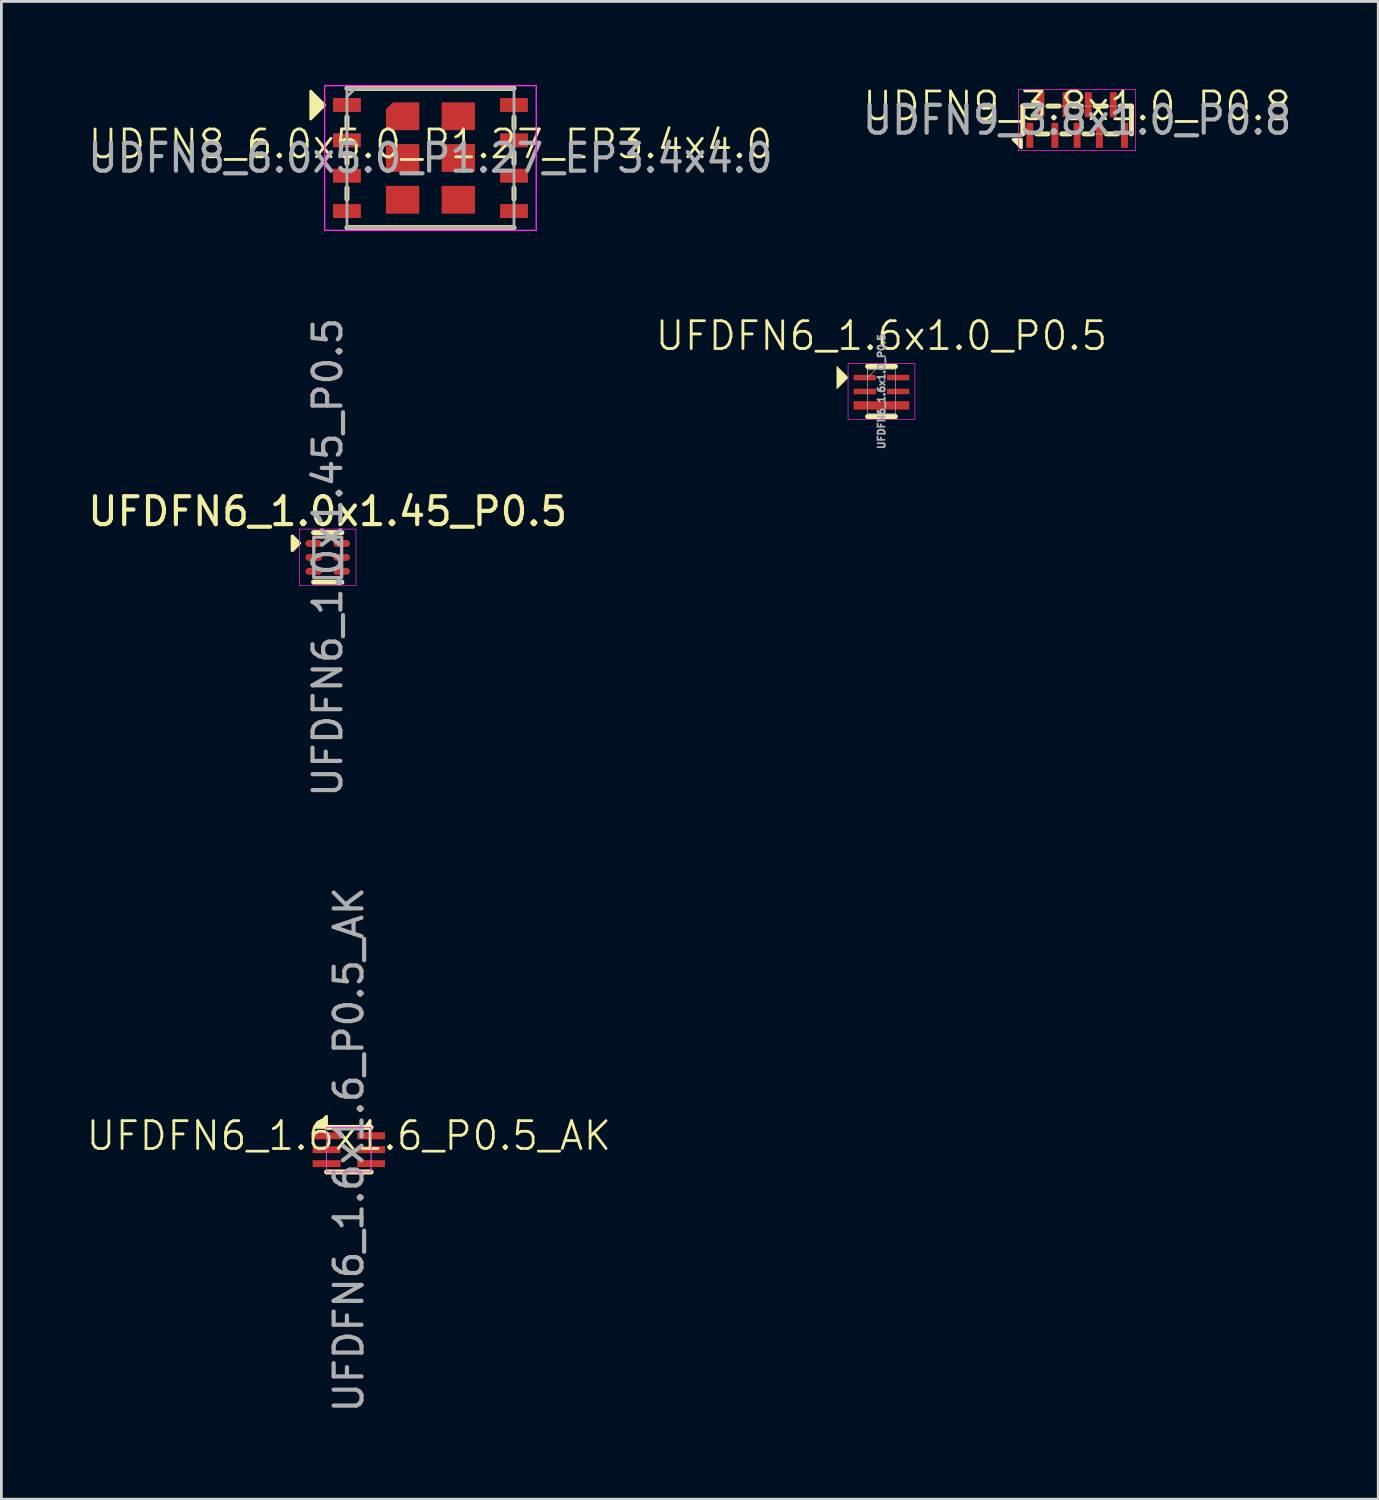
<source format=kicad_pcb>
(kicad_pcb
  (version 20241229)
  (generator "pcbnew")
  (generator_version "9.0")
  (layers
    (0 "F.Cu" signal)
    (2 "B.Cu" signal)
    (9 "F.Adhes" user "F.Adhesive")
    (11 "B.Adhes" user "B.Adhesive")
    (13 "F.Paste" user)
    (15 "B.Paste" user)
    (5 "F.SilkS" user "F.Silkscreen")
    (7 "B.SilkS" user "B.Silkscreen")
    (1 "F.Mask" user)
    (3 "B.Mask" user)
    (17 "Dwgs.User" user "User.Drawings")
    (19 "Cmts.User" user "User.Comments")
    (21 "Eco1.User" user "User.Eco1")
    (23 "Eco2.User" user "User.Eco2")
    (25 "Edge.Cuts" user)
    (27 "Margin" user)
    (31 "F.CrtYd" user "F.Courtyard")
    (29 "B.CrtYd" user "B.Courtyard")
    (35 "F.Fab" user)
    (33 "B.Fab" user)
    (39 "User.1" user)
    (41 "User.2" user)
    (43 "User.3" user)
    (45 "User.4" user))
  (footprint "UDFN8_6.0x5.0_P1.27_EP3.4x4.0"
    (layer "F.Cu")
    (at 12.411 2.625)
    (property "Reference" "UDFN8_6.0x5.0_P1.27_EP3.4x4.0" (at 0 -0.5 0) (unlocked yes) (layer "F.SilkS") (effects (font (size 1 1) (thickness 0.1))))
    (attr smd)
    (fp_line (start -3 -2.5) (end 3 -2.5) (stroke (width 0.178) (type default)) (layer "F.SilkS"))
    (fp_line (start -3 -1.475) (end -3 -1.075) (stroke (width 0.178) (type default)) (layer "F.SilkS"))
    (fp_line (start -3 -0.2) (end -3 0.2) (stroke (width 0.178) (type default)) (layer "F.SilkS"))
    (fp_line (start -3 1.075) (end -3 1.475) (stroke (width 0.178) (type default)) (layer "F.SilkS"))
    (fp_line (start -3 2.5) (end 3 2.5) (stroke (width 0.178) (type default)) (layer "F.SilkS"))
    (fp_line (start 3 -1.475) (end 3 -1.075) (stroke (width 0.178) (type default)) (layer "F.SilkS"))
    (fp_line (start 3 -0.2) (end 3 0.2) (stroke (width 0.178) (type default)) (layer "F.SilkS"))
    (fp_line (start 3 1.075) (end 3 1.475) (stroke (width 0.178) (type default)) (layer "F.SilkS"))
    (fp_poly (pts (xy -3.8 -1.9) (xy -4.3 -2.4) (xy -4.3 -1.4)) (stroke (width 0.1) (type solid)) (fill yes) (layer "F.SilkS"))
    (fp_rect (start -3.8 2.6) (end 3.8 -2.6) (stroke (width 0.05) (type default)) (fill no) (layer "F.CrtYd"))
    (fp_line (start -3 -2.2) (end -2.7 -2.5) (stroke (width 0.1) (type default)) (layer "F.Fab"))
    (fp_rect (start -3 -2.5) (end 3 2.5) (stroke (width 0.1) (type default)) (fill no) (layer "F.Fab"))
    (fp_text user "${REFERENCE}" (at 0 0 0) (unlocked yes) (layer "F.Fab") (effects (font (size 1 1) (thickness 0.15))))
    (pad "1" smd rect (at -3 -1.905) (size 1 0.5) (layers "F.Cu" "F.Mask" "F.Paste"))
    (pad "2" smd rect (at -3 -0.635) (size 1 0.5) (layers "F.Cu" "F.Mask" "F.Paste"))
    (pad "3" smd rect (at -3 0.635) (size 1 0.5) (layers "F.Cu" "F.Mask" "F.Paste"))
    (pad "4" smd rect (at -3 1.905) (size 1 0.5) (layers "F.Cu" "F.Mask" "F.Paste"))
    (pad "5" smd rect (at 3 1.905) (size 1 0.5) (layers "F.Cu" "F.Mask" "F.Paste"))
    (pad "6" smd rect (at 3 0.635) (size 1 0.5) (layers "F.Cu" "F.Mask" "F.Paste"))
    (pad "7" smd rect (at 3 -0.635) (size 1 0.5) (layers "F.Cu" "F.Mask" "F.Paste"))
    (pad "8" smd rect (at 3 -1.905) (size 1 0.5) (layers "F.Cu" "F.Mask" "F.Paste"))
    (pad "9" smd roundrect (at -1 -1.5) (size 1.2 1) (layers "F.Cu" "F.Mask" "F.Paste") (roundrect_rratio 0) (chamfer_ratio 0.25) (chamfer top_left))
    (pad "9" smd rect (at -1 0) (size 1.2 1) (layers "F.Cu" "F.Mask" "F.Paste"))
    (pad "9" smd rect (at -1 1.5) (size 1.2 1) (layers "F.Cu" "F.Mask" "F.Paste"))
    (pad "9" smd rect (at 1 -1.5) (size 1.2 1) (layers "F.Cu" "F.Mask" "F.Paste"))
    (pad "9" smd rect (at 1 0) (size 1.2 1) (layers "F.Cu" "F.Mask" "F.Paste"))
    (pad "9" smd rect (at 1 1.5) (size 1.2 1) (layers "F.Cu" "F.Mask" "F.Paste")))
  (footprint "UFDFN6_1.0x1.45_P0.5"
    (layer "F.Cu")
    (at 8.72 16.97)
    (property "Reference" "UFDFN6_1.0x1.45_P0.5" (at 0 -1.651 0) (unlocked yes) (layer "F.SilkS") (effects (font (size 1 1) (thickness 0.15))))
    (attr smd)
    (fp_line (start -0.508 -0.889) (end 0.508 -0.889) (stroke (width 0.178) (type solid)) (layer "F.SilkS"))
    (fp_line (start -0.508 0.889) (end 0.508 0.889) (stroke (width 0.178) (type solid)) (layer "F.SilkS"))
    (fp_poly (pts (xy -1.016 -0.508) (xy -1.27 -0.254) (xy -1.27 -0.762)) (stroke (width 0.12) (type solid)) (fill yes) (layer "F.SilkS"))
    (fp_rect (start -1.016 -1.016) (end 1.016 1.016) (stroke (width 0.025) (type solid)) (fill no) (layer "F.CrtYd"))
    (fp_rect (start -0.5 -0.725) (end 0.5 0.725) (stroke (width 0.12) (type solid)) (fill no) (layer "F.Fab"))
    (fp_text user "${REFERENCE}" (at 0 0 90) (unlocked yes) (layer "F.Fab") (effects (font (size 1 1) (thickness 0.15))))
    (pad "1" smd oval (at -0.5 -0.5) (size 0.6 0.25) (layers "F.Cu" "F.Mask" "F.Paste"))
    (pad "2" smd oval (at -0.5 0) (size 0.6 0.25) (layers "F.Cu" "F.Mask" "F.Paste"))
    (pad "3" smd oval (at -0.5 0.5) (size 0.6 0.25) (layers "F.Cu" "F.Mask" "F.Paste"))
    (pad "4" smd oval (at 0.5 0.5) (size 0.6 0.25) (layers "F.Cu" "F.Mask" "F.Paste"))
    (pad "5" smd oval (at 0.5 0) (size 0.6 0.25) (layers "F.Cu" "F.Mask" "F.Paste"))
    (pad "6" smd oval (at 0.5 -0.5) (size 0.6 0.25) (layers "F.Cu" "F.Mask" "F.Paste")))
  (footprint "UFDFN6_1.6x1.0_P0.5"
    (layer "F.Cu")
    (at 28.61 11.011)
    (property "Reference" "UFDFN6_1.6x1.0_P0.5" (at 0 -2 0) (unlocked yes) (layer "F.SilkS") (effects (font (size 1 1) (thickness 0.1))))
    (attr smd)
    (fp_line (start -0.5 -0.9) (end 0.5 -0.9) (stroke (width 0.178) (type default)) (layer "F.SilkS"))
    (fp_line (start 0.5 0.9) (end -0.5 0.9) (stroke (width 0.178) (type default)) (layer "F.SilkS"))
    (fp_poly (pts (xy -1.2 -0.5) (xy -1.6 -0.9) (xy -1.6 -0.1)) (stroke (width 0.025) (type solid)) (fill yes) (layer "F.SilkS"))
    (fp_rect (start -1.2 -1) (end 1.2 1) (stroke (width 0.025) (type default)) (fill no) (layer "F.CrtYd"))
    (fp_rect (start -0.5 -0.8) (end 0.5 0.8) (stroke (width 0.025) (type default)) (fill no) (layer "F.Fab"))
    (fp_poly (pts (xy -0.5 -0.8) (xy -0.5 -0.5) (xy -0.2 -0.8)) (stroke (width 0.025) (type solid)) (fill no) (layer "F.Fab"))
    (fp_text user "${REFERENCE}" (at 0 0 90) (unlocked yes) (layer "F.Fab") (effects (font (size 0.254 0.254) (thickness 0.064))))
    (pad "1" smd roundrect (at -0.6 -0.5) (size 0.8 0.2) (layers "F.Cu" "F.Mask" "F.Paste") (roundrect_rratio 0) (chamfer_ratio 0.25) (chamfer top_right))
    (pad "2" smd rect (at -0.6 0) (size 0.8 0.2) (layers "F.Cu" "F.Mask" "F.Paste"))
    (pad "3" smd rect (at -0.5 0.5) (size 1 0.3) (layers "F.Cu" "F.Mask" "F.Paste"))
    (pad "4" smd rect (at 0.5 0.5) (size 1 0.3) (layers "F.Cu" "F.Mask" "F.Paste"))
    (pad "5" smd rect (at 0.6 0) (size 0.8 0.2) (layers "F.Cu" "F.Mask" "F.Paste"))
    (pad "6" smd rect (at 0.6 -0.5) (size 0.8 0.2) (layers "F.Cu" "F.Mask" "F.Paste")))
  (footprint "UFDFN6_1.6x1.6_P0.5_AK"
    (layer "F.Cu")
    (at 9.479 38.244)
    (property "Reference" "UFDFN6_1.6x1.6_P0.5_AK" (at 0 -0.5 0) (unlocked yes) (layer "F.SilkS") (effects (font (size 1 1) (thickness 0.1))))
    (attr smd)
    (fp_line (start -0.8 -0.8) (end 0.8 -0.8) (stroke (width 0.178) (type default)) (layer "F.SilkS"))
    (fp_line (start -0.8 0.8) (end 0.8 0.8) (stroke (width 0.178) (type default)) (layer "F.SilkS"))
    (fp_poly (pts (xy -0.8 -0.8) (xy -1.2 -0.8) (xy -0.8 -1.2)) (stroke (width 0.1) (type solid)) (fill yes) (layer "F.SilkS"))
    (fp_rect (start -0.8 -0.8) (end 0.8 0.8) (stroke (width 0.025) (type default)) (fill no) (layer "F.CrtYd"))
    (fp_rect (start -0.8 0.8) (end 0.8 -0.8) (stroke (width 0.025) (type default)) (fill no) (layer "F.Fab"))
    (fp_text user "${REFERENCE}" (at 0 0 90) (unlocked yes) (layer "F.Fab") (effects (font (size 1 1) (thickness 0.15))))
    (pad "A" smd rect (at -0.8 -0.5) (size 1 0.25) (layers "F.Cu" "F.Mask" "F.Paste"))
    (pad "A" smd rect (at -0.8 0) (size 1 0.25) (layers "F.Cu" "F.Mask" "F.Paste"))
    (pad "A" smd rect (at -0.8 0.5) (size 1 0.25) (layers "F.Cu" "F.Mask" "F.Paste"))
    (pad "C" smd rect (at 0.8 -0.5) (size 1 0.25) (layers "F.Cu" "F.Mask" "F.Paste"))
    (pad "C" smd rect (at 0.8 0) (size 1 0.25) (layers "F.Cu" "F.Mask" "F.Paste"))
    (pad "C" smd rect (at 0.8 0.5) (size 1 0.25) (layers "F.Cu" "F.Mask" "F.Paste")))
  (footprint "UDFN9_3.8x1.0_P0.8"
    (layer "F.Cu")
    (at 35.637 1.26)
    (property "Reference" "UDFN9_3.8x1.0_P0.8" (at 0 -0.5 0) (unlocked yes) (layer "F.SilkS") (effects (font (size 1 1) (thickness 0.1))))
    (attr smd)
    (fp_line (start -1.95 -0.5) (end -1.55 -0.5) (stroke (width 0.178) (type solid)) (layer "F.SilkS"))
    (fp_line (start -1.95 0.5) (end -1.95 -0.5) (stroke (width 0.178) (type solid)) (layer "F.SilkS"))
    (fp_line (start -1.45 0.5) (end -1.05 0.5) (stroke (width 0.178) (type solid)) (layer "F.SilkS"))
    (fp_line (start -1.05 -0.5) (end -0.65 -0.5) (stroke (width 0.178) (type solid)) (layer "F.SilkS"))
    (fp_line (start -0.55 0.5) (end -0.25 0.5) (stroke (width 0.178) (type solid)) (layer "F.SilkS"))
    (fp_line (start -0.15 -0.5) (end 0.15 -0.5) (stroke (width 0.178) (type solid)) (layer "F.SilkS"))
    (fp_line (start 0.25 0.5) (end 0.55 0.5) (stroke (width 0.178) (type solid)) (layer "F.SilkS"))
    (fp_line (start 0.65 -0.5) (end 1.05 -0.5) (stroke (width 0.178) (type solid)) (layer "F.SilkS"))
    (fp_line (start 1.05 0.5) (end 1.45 0.5) (stroke (width 0.178) (type solid)) (layer "F.SilkS"))
    (fp_line (start 1.95 -0.5) (end 1.55 -0.5) (stroke (width 0.178) (type solid)) (layer "F.SilkS"))
    (fp_line (start 1.95 0.5) (end 1.95 -0.5) (stroke (width 0.178) (type solid)) (layer "F.SilkS"))
    (fp_poly (pts (xy -2 0.7) (xy -2.3 0.7) (xy -2 1)) (stroke (width 0.1) (type solid)) (fill yes) (layer "F.SilkS"))
    (fp_rect (start -2.1 -1.1) (end 2.1 1.1) (stroke (width 0.025) (type solid)) (fill no) (layer "F.CrtYd"))
    (fp_rect (start -1.9 -0.5) (end 1.9 0.5) (stroke (width 0.025) (type solid)) (fill no) (layer "F.Fab"))
    (fp_text user "${REFERENCE}" (at 0 0 0) (unlocked yes) (layer "F.Fab") (effects (font (size 1 1) (thickness 0.15))))
    (pad "1" smd rect (at -1.7 0.55) (size 0.25 0.9) (layers "F.Cu" "F.Mask" "F.Paste"))
    (pad "2" smd rect (at -0.8 0.55) (size 0.25 0.9) (layers "F.Cu" "F.Mask" "F.Paste"))
    (pad "3" smd rect (at 0 0.55) (size 0.25 0.9) (layers "F.Cu" "F.Mask" "F.Paste"))
    (pad "4" smd rect (at 0.8 0.55) (size 0.25 0.9) (layers "F.Cu" "F.Mask" "F.Paste"))
    (pad "5" smd rect (at 1.7 0.55) (size 0.25 0.9) (layers "F.Cu" "F.Mask" "F.Paste"))
    (pad "6" smd rect (at 1.3 -0.55) (size 0.25 0.9) (layers "F.Cu" "F.Mask" "F.Paste"))
    (pad "7" smd rect (at 0.4 -0.55) (size 0.25 0.9) (layers "F.Cu" "F.Mask" "F.Paste"))
    (pad "8" smd rect (at -0.4 -0.55) (size 0.25 0.9) (layers "F.Cu" "F.Mask" "F.Paste"))
    (pad "9" smd rect (at -1.3 -0.55) (size 0.25 0.9) (layers "F.Cu" "F.Mask" "F.Paste")))
  (gr_rect
    (start -3 -3)
    (end 46.452 50.798)
    (stroke (width 0.1) (type default))
    (fill no)
    (layer "Edge.Cuts")))
</source>
